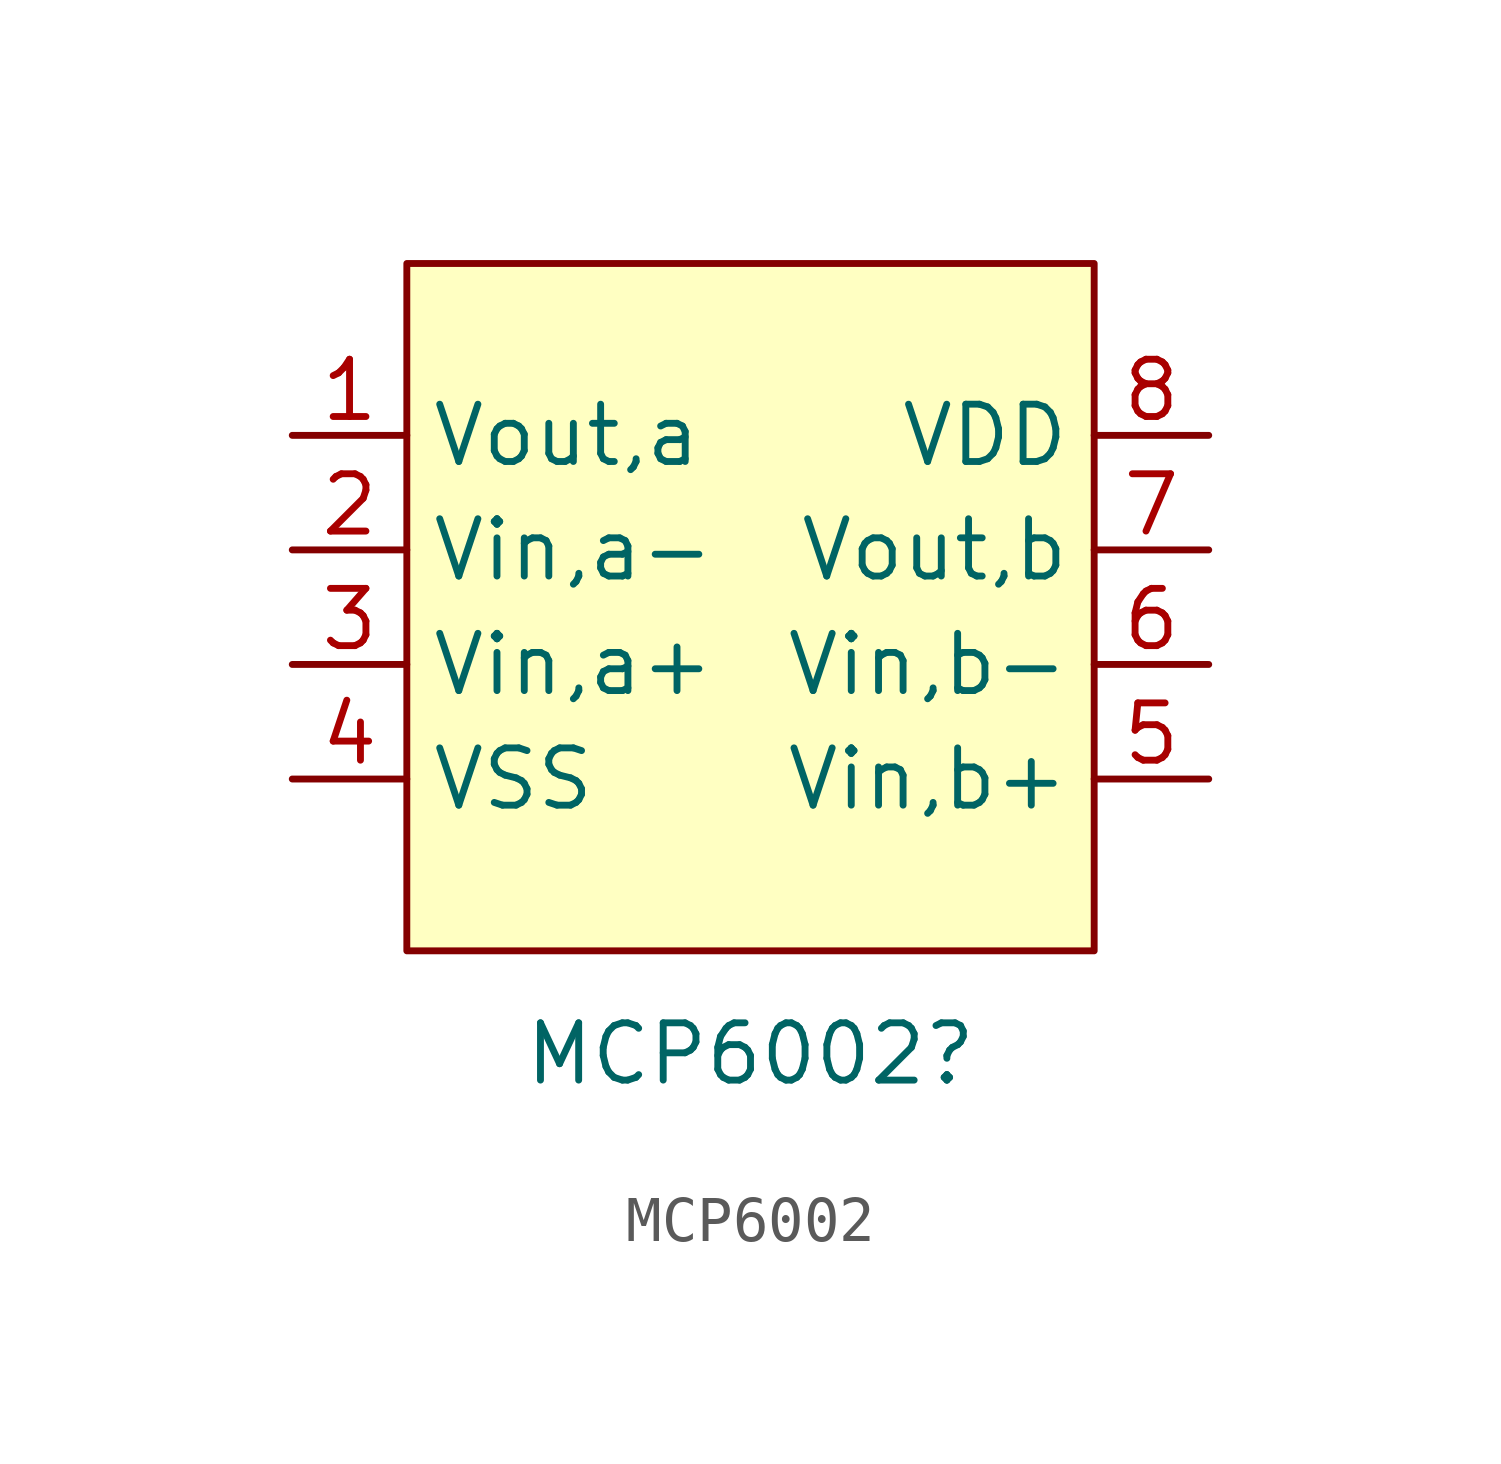
<source format=kicad_sym>
(kicad_symbol_lib
  (version 20231120)
  (generator "kicad_symbol_editor")
  (generator_version "8.0")
  (symbol "MCP6002"
    (property "Reference" "MCP6002"
      (at 0 -9.906 0)
      (effects (font (size 1.27 1.27))))
    (property "Value" ""
      (at 0 0 0)
      (effects (font (size 1.27 1.27))))
    (symbol "MCP6002_1_1"
      (rectangle (start -7.62 7.62) (end 7.62 -7.62) (stroke (width 0) (type default)) (fill (type background)))
      (pin output line (at -10.16 3.81 0) (length 2.54) (name "Vout,a" (effects (font (size 1.27 1.27)))) (number "1" (effects (font (size 1.27 1.27)))))
      (pin input line (at -10.16 1.27 0) (length 2.54) (name "Vin,a-" (effects (font (size 1.27 1.27)))) (number "2" (effects (font (size 1.27 1.27)))))
      (pin input line (at -10.16 -1.27 0) (length 2.54) (name "Vin,a+" (effects (font (size 1.27 1.27)))) (number "3" (effects (font (size 1.27 1.27)))))
      (pin power_in line (at -10.16 -3.81 0) (length 2.54) (name "VSS" (effects (font (size 1.27 1.27)))) (number "4" (effects (font (size 1.27 1.27)))))
      (pin input line (at 10.16 -3.81 180) (length 2.54) (name "Vin,b+" (effects (font (size 1.27 1.27)))) (number "5" (effects (font (size 1.27 1.27)))))
      (pin input line (at 10.16 -1.27 180) (length 2.54) (name "Vin,b-" (effects (font (size 1.27 1.27)))) (number "6" (effects (font (size 1.27 1.27)))))
      (pin output line (at 10.16 1.27 180) (length 2.54) (name "Vout,b" (effects (font (size 1.27 1.27)))) (number "7" (effects (font (size 1.27 1.27)))))
      (pin power_in line (at 10.16 3.81 180) (length 2.54) (name "VDD" (effects (font (size 1.27 1.27)))) (number "8" (effects (font (size 1.27 1.27))))))))
</source>
